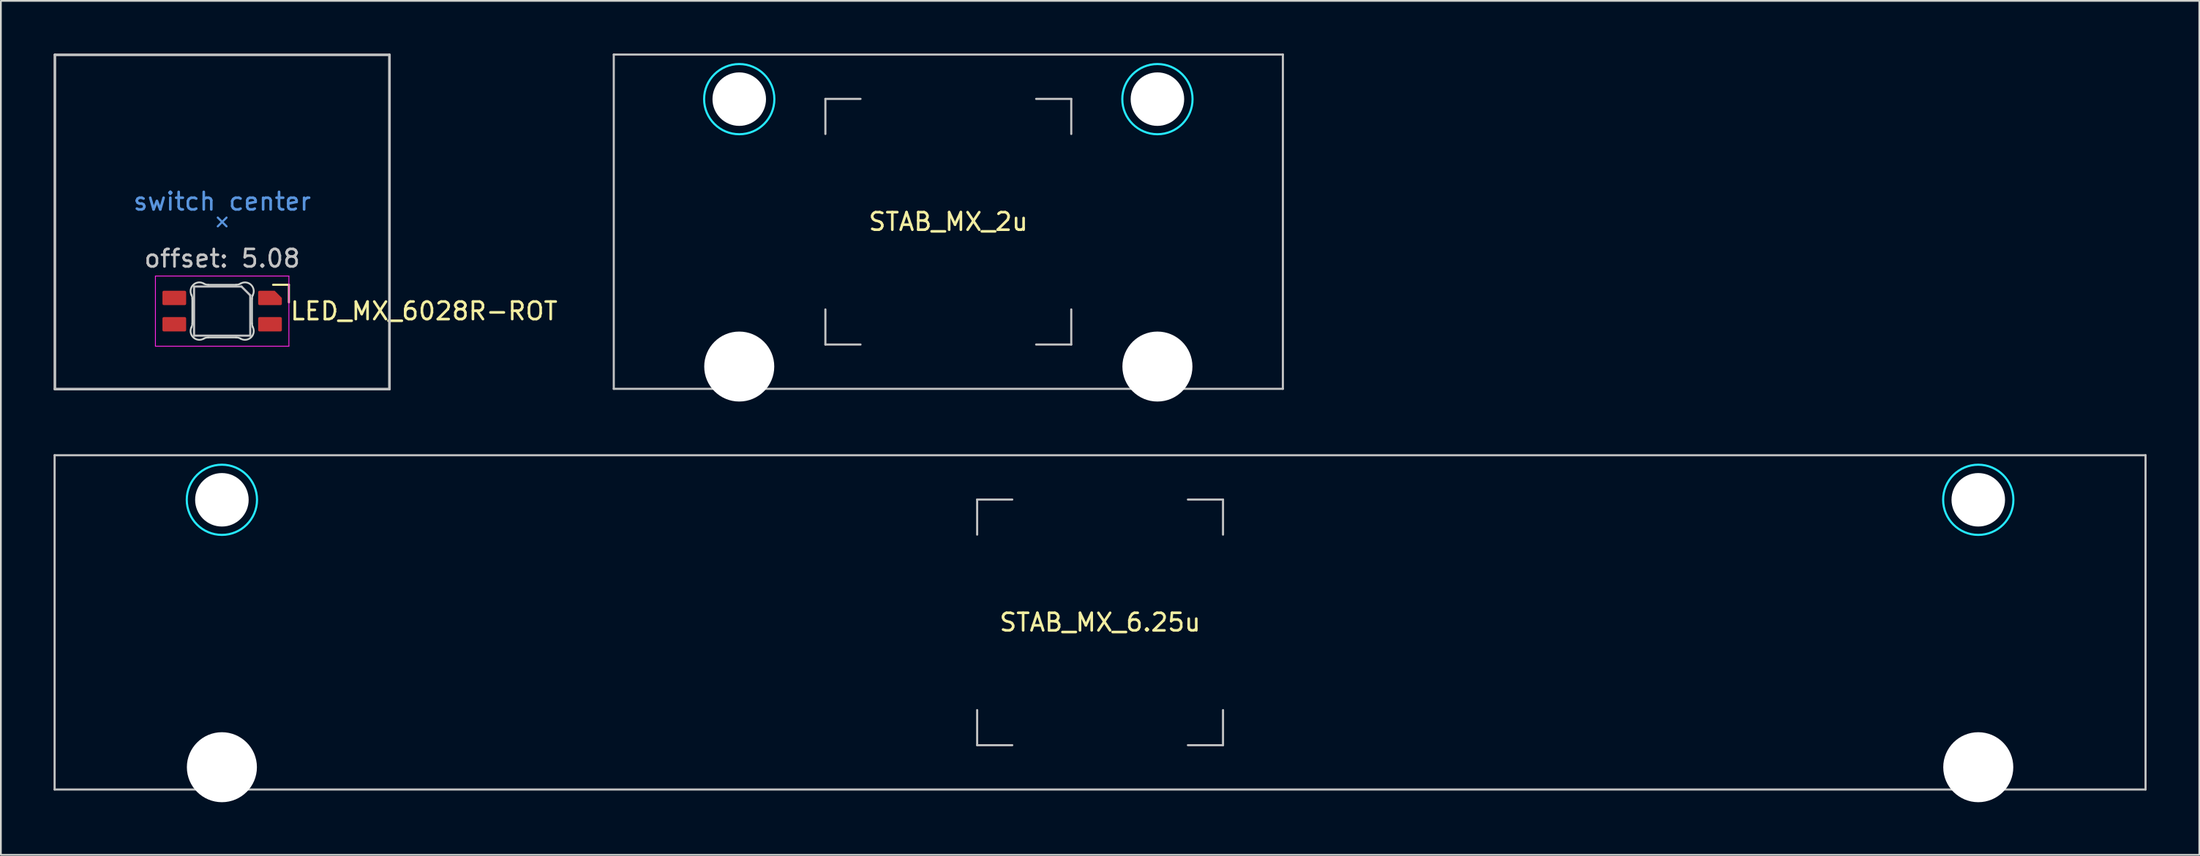
<source format=kicad_pcb>
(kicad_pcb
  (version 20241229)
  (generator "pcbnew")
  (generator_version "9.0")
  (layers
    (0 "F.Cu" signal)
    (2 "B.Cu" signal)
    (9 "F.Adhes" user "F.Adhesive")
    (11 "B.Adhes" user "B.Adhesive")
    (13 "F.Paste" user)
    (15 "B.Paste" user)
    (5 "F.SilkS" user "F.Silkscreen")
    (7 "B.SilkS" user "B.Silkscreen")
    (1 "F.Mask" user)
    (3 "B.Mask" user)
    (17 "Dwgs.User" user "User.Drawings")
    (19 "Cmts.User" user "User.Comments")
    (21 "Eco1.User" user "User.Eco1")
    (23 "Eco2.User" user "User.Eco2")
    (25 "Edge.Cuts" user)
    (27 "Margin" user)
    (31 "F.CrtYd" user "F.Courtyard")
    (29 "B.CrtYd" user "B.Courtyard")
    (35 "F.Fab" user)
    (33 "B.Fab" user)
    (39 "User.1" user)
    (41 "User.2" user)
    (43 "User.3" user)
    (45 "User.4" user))
  (footprint "LED_MX_6028R-ROT"
    (layer "F.Cu")
    (at 9.6 14.68)
    (property "Reference" "LED_MX_6028R-ROT" (at 3.8 0 0) (layer "F.SilkS") (effects (font (size 1 1) (thickness 0.15)) (justify left)))
    (attr smd)
    (fp_line (start 3.8 -1.5) (end 2.9 -1.5) (stroke (width 0.12) (type solid)) (layer "F.SilkS"))
    (fp_line (start 3.8 -0.5) (end 3.8 -1.5) (stroke (width 0.12) (type solid)) (layer "F.SilkS"))
    (fp_line (start -9.525 -14.605) (end -9.525 4.445) (stroke (width 0.15) (type solid)) (layer "Dwgs.User"))
    (fp_line (start -9.525 4.445) (end 9.525 4.445) (stroke (width 0.15) (type solid)) (layer "Dwgs.User"))
    (fp_line (start -1.6 -1.4) (end 1.1 -1.4) (stroke (width 0.12) (type solid)) (layer "Dwgs.User"))
    (fp_line (start -1.6 1.4) (end -1.6 -1.4) (stroke (width 0.12) (type solid)) (layer "Dwgs.User"))
    (fp_line (start 1.6 -0.9) (end 1.1 -1.4) (stroke (width 0.12) (type solid)) (layer "Dwgs.User"))
    (fp_line (start 1.6 -0.9) (end 1.6 1.4) (stroke (width 0.12) (type solid)) (layer "Dwgs.User"))
    (fp_line (start 1.6 1.4) (end -1.6 1.4) (stroke (width 0.12) (type solid)) (layer "Dwgs.User"))
    (fp_line (start 9.525 -14.605) (end -9.525 -14.605) (stroke (width 0.15) (type solid)) (layer "Dwgs.User"))
    (fp_line (start 9.525 4.445) (end 9.525 -14.605) (stroke (width 0.15) (type solid)) (layer "Dwgs.User"))
    (fp_line (start -0.25 -4.83) (end 0 -5.08) (stroke (width 0.12) (type solid)) (layer "Cmts.User"))
    (fp_line (start 0 -5.08) (end -0.25 -5.33) (stroke (width 0.12) (type solid)) (layer "Cmts.User"))
    (fp_line (start 0 -5.08) (end 0.25 -5.33) (stroke (width 0.12) (type solid)) (layer "Cmts.User"))
    (fp_line (start 0.25 -4.83) (end 0 -5.08) (stroke (width 0.12) (type solid)) (layer "Cmts.User"))
    (fp_line (start -1.7 -0.703) (end -1.7 0.703) (stroke (width 0.1) (type solid)) (layer "Edge.Cuts"))
    (fp_line (start -0.794 1.5) (end 0.794 1.5) (stroke (width 0.1) (type solid)) (layer "Edge.Cuts"))
    (fp_line (start 0.794 -1.5) (end -0.794 -1.5) (stroke (width 0.1) (type solid)) (layer "Edge.Cuts"))
    (fp_line (start 1.7 0.703) (end 1.7 -0.703) (stroke (width 0.1) (type solid)) (layer "Edge.Cuts"))
    (fp_arc (start -1.749484 -0.919719) (mid -1.712527 -0.814067) (end -1.699999 -0.702842) (stroke (width 0.1) (type solid)) (layer "Edge.Cuts"))
    (fp_arc (start -1.749484 -0.919719) (mid -1.63807 -1.504033) (end -1.046711 -1.568296) (stroke (width 0.1) (type solid)) (layer "Edge.Cuts"))
    (fp_arc (start -1.699999 0.702843) (mid -1.712527 0.814069) (end -1.749484 0.919721) (stroke (width 0.1) (type solid)) (layer "Edge.Cuts"))
    (fp_arc (start -1.046711 1.5683) (mid -1.638071 1.504036) (end -1.749484 0.919721) (stroke (width 0.1) (type solid)) (layer "Edge.Cuts"))
    (fp_arc (start -1.046711 1.5683) (mid -0.925123 1.517378) (end -0.794453 1.500001) (stroke (width 0.1) (type solid)) (layer "Edge.Cuts"))
    (fp_arc (start -0.794452 -1.499999) (mid -0.925122 -1.517376) (end -1.04671 -1.568298) (stroke (width 0.1) (type solid)) (layer "Edge.Cuts"))
    (fp_arc (start 0.794453 1.5) (mid 0.925123 1.517377) (end 1.046711 1.568299) (stroke (width 0.1) (type solid)) (layer "Edge.Cuts"))
    (fp_arc (start 1.046711 -1.568298) (mid 0.925123 -1.517376) (end 0.794452 -1.499999) (stroke (width 0.1) (type solid)) (layer "Edge.Cuts"))
    (fp_arc (start 1.046711 -1.568298) (mid 1.638072 -1.504034) (end 1.749484 -0.919718) (stroke (width 0.1) (type solid)) (layer "Edge.Cuts"))
    (fp_arc (start 1.699999 -0.702841) (mid 1.712527 -0.814067) (end 1.749484 -0.919719) (stroke (width 0.1) (type solid)) (layer "Edge.Cuts"))
    (fp_arc (start 1.749484 0.919721) (mid 1.63807 1.504035) (end 1.046711 1.568299) (stroke (width 0.1) (type solid)) (layer "Edge.Cuts"))
    (fp_arc (start 1.749484 0.919721) (mid 1.712527 0.814069) (end 1.699999 0.702844) (stroke (width 0.1) (type solid)) (layer "Edge.Cuts"))
    (fp_line (start -3.8 -2) (end 3.8 -2) (stroke (width 0.05) (type solid)) (layer "F.CrtYd"))
    (fp_line (start -3.8 2) (end -3.8 -2) (stroke (width 0.05) (type solid)) (layer "F.CrtYd"))
    (fp_line (start 3.8 -2) (end 3.8 2) (stroke (width 0.05) (type solid)) (layer "F.CrtYd"))
    (fp_line (start 3.8 2) (end -3.8 2) (stroke (width 0.05) (type solid)) (layer "F.CrtYd"))
    (fp_text user "offset: 5.08" (at 0 -3 0) (layer "Dwgs.User") (effects (font (size 1 1) (thickness 0.15))))
    (fp_text user "switch center" (at 0 -6.25 0) (layer "Cmts.User") (effects (font (size 1 1) (thickness 0.15))))
    (pad "1" smd roundrect (at -2.725 0.75 270) (size 0.82 1.35) (layers "F.Cu" "F.Mask" "F.Paste") (roundrect_rratio 0.1))
    (pad "2" smd roundrect (at -2.725 -0.75 270) (size 0.82 1.35) (layers "F.Cu" "F.Mask" "F.Paste") (roundrect_rratio 0.1))
    (pad "3" smd roundrect (at 2.725 0.75 270) (size 0.82 1.35) (layers "F.Cu" "F.Mask" "F.Paste") (roundrect_rratio 0.1))
    (pad "4" smd roundrect (at 2.725 -0.75 270) (size 0.82 1.35) (layers "F.Cu" "F.Mask" "F.Paste") (roundrect_rratio 0.1) (chamfer_ratio 0.5) (chamfer top_left)))
  (footprint "STAB_MX_2u"
    (layer "F.Cu")
    (at 50.95 9.585)
    (property "Reference" "STAB_MX_2u" (at 0 0 0) (layer "F.SilkS") (effects (font (size 1 1) (thickness 0.15))))
    (attr through_hole exclude_from_pos_files exclude_from_bom)
    (fp_line (start -19.05 -9.525) (end -19.05 9.525) (stroke (width 0.12) (type solid)) (layer "Dwgs.User"))
    (fp_line (start -19.05 -9.525) (end 19.05 -9.525) (stroke (width 0.12) (type solid)) (layer "Dwgs.User"))
    (fp_line (start -19.05 9.525) (end 19.05 9.525) (stroke (width 0.12) (type solid)) (layer "Dwgs.User"))
    (fp_line (start -7 -7) (end -5 -7) (stroke (width 0.12) (type solid)) (layer "Dwgs.User"))
    (fp_line (start -7 -5) (end -7 -7) (stroke (width 0.12) (type solid)) (layer "Dwgs.User"))
    (fp_line (start -7 7) (end -7 5) (stroke (width 0.12) (type solid)) (layer "Dwgs.User"))
    (fp_line (start -5 7) (end -7 7) (stroke (width 0.12) (type solid)) (layer "Dwgs.User"))
    (fp_line (start 5 -7) (end 7 -7) (stroke (width 0.12) (type solid)) (layer "Dwgs.User"))
    (fp_line (start 5 7) (end 7 7) (stroke (width 0.12) (type solid)) (layer "Dwgs.User"))
    (fp_line (start 7 -7) (end 7 -5) (stroke (width 0.12) (type solid)) (layer "Dwgs.User"))
    (fp_line (start 7 7) (end 7 5) (stroke (width 0.12) (type solid)) (layer "Dwgs.User"))
    (fp_line (start 19.05 -9.525) (end 19.05 9.525) (stroke (width 0.12) (type solid)) (layer "Dwgs.User"))
    (fp_line (start -15.281 -5.5) (end -15.281 7.5) (stroke (width 0.05) (type solid)) (layer "Eco2.User"))
    (fp_line (start -14.781 -6) (end -9.031 -6) (stroke (width 0.05) (type solid)) (layer "Eco2.User"))
    (fp_line (start -14.781 8) (end -9.031 8) (stroke (width 0.05) (type solid)) (layer "Eco2.User"))
    (fp_line (start -8.531 -5.5) (end -8.531 7.5) (stroke (width 0.05) (type solid)) (layer "Eco2.User"))
    (fp_line (start 8.531 -5.5) (end 8.531 7.5) (stroke (width 0.05) (type solid)) (layer "Eco2.User"))
    (fp_line (start 9.031 -6) (end 14.78 -6) (stroke (width 0.05) (type solid)) (layer "Eco2.User"))
    (fp_line (start 9.031 8) (end 14.781 8) (stroke (width 0.05) (type solid)) (layer "Eco2.User"))
    (fp_line (start 15.28 -5.5) (end 15.281 7.5) (stroke (width 0.05) (type solid)) (layer "Eco2.User"))
    (fp_arc (start -15.28125 -5.499999) (mid -15.134803 -5.853552) (end -14.78125 -5.999999) (stroke (width 0.05) (type solid)) (layer "Eco2.User"))
    (fp_arc (start -14.78125 8.000001) (mid -15.134803 7.853554) (end -15.28125 7.500001) (stroke (width 0.05) (type solid)) (layer "Eco2.User"))
    (fp_arc (start -9.03125 -5.999999) (mid -8.677697 -5.853552) (end -8.53125 -5.499999) (stroke (width 0.05) (type solid)) (layer "Eco2.User"))
    (fp_arc (start -8.53125 7.500001) (mid -8.677697 7.853554) (end -9.03125 8.000001) (stroke (width 0.05) (type solid)) (layer "Eco2.User"))
    (fp_arc (start 8.53125 -5.499999) (mid 8.677697 -5.853552) (end 9.03125 -5.999999) (stroke (width 0.05) (type solid)) (layer "Eco2.User"))
    (fp_arc (start 9.03125 8.000001) (mid 8.677697 7.853554) (end 8.53125 7.500001) (stroke (width 0.05) (type solid)) (layer "Eco2.User"))
    (fp_arc (start 14.780039 -5.999999) (mid 15.133592 -5.853552) (end 15.280039 -5.499999) (stroke (width 0.05) (type solid)) (layer "Eco2.User"))
    (fp_arc (start 15.28125 7.500001) (mid 15.134803 7.853554) (end 14.78125 8.000001) (stroke (width 0.05) (type solid)) (layer "Eco2.User"))
    (fp_circle (center -11.906 -6.985) (end -9.906 -6.985) (stroke (width 0.12) (type solid)) (fill no) (layer "B.CrtYd"))
    (fp_circle (center 11.906 -6.985) (end 13.906 -6.985) (stroke (width 0.12) (type solid)) (fill no) (layer "B.CrtYd"))
    (pad "" np_thru_hole circle (at -11.906 -6.985) (size 3.048 3.048) (drill 3.048) (layers "*.Cu" "*.Mask"))
    (pad "" np_thru_hole circle (at -11.906 8.255) (size 3.988 3.988) (drill 3.988) (layers "*.Cu" "*.Mask"))
    (pad "" np_thru_hole circle (at 11.906 -6.985) (size 3.048 3.048) (drill 3.048) (layers "*.Cu" "*.Mask"))
    (pad "" np_thru_hole circle (at 11.906 8.255) (size 3.988 3.988) (drill 3.988) (layers "*.Cu" "*.Mask")))
  (footprint "STAB_MX_6.25u"
    (layer "F.Cu")
    (at 59.591 32.419)
    (property "Reference" "STAB_MX_6.25u" (at 0 0 0) (layer "F.SilkS") (effects (font (size 1 1) (thickness 0.15))))
    (attr through_hole exclude_from_pos_files exclude_from_bom)
    (fp_line (start -59.531 -9.525) (end -59.531 9.525) (stroke (width 0.12) (type solid)) (layer "Dwgs.User"))
    (fp_line (start -59.531 -9.525) (end 59.531 -9.525) (stroke (width 0.12) (type solid)) (layer "Dwgs.User"))
    (fp_line (start -59.531 9.525) (end 59.531 9.525) (stroke (width 0.12) (type solid)) (layer "Dwgs.User"))
    (fp_line (start -7 -7) (end -5 -7) (stroke (width 0.12) (type solid)) (layer "Dwgs.User"))
    (fp_line (start -7 -5) (end -7 -7) (stroke (width 0.12) (type solid)) (layer "Dwgs.User"))
    (fp_line (start -7 7) (end -7 5) (stroke (width 0.12) (type solid)) (layer "Dwgs.User"))
    (fp_line (start -5 7) (end -7 7) (stroke (width 0.12) (type solid)) (layer "Dwgs.User"))
    (fp_line (start 5 -7) (end 7 -7) (stroke (width 0.12) (type solid)) (layer "Dwgs.User"))
    (fp_line (start 5 7) (end 7 7) (stroke (width 0.12) (type solid)) (layer "Dwgs.User"))
    (fp_line (start 7 -7) (end 7 -5) (stroke (width 0.12) (type solid)) (layer "Dwgs.User"))
    (fp_line (start 7 7) (end 7 5) (stroke (width 0.12) (type solid)) (layer "Dwgs.User"))
    (fp_line (start 59.531 -9.525) (end 59.531 9.525) (stroke (width 0.12) (type solid)) (layer "Dwgs.User"))
    (fp_line (start -53.381 -5.5) (end -53.381 7.5) (stroke (width 0.05) (type solid)) (layer "Eco2.User"))
    (fp_line (start -52.881 -6) (end -47.131 -6) (stroke (width 0.05) (type solid)) (layer "Eco2.User"))
    (fp_line (start -52.881 8) (end -47.131 8) (stroke (width 0.05) (type solid)) (layer "Eco2.User"))
    (fp_line (start -46.631 -5.5) (end -46.631 7.5) (stroke (width 0.05) (type solid)) (layer "Eco2.User"))
    (fp_line (start 46.631 -5.5) (end 46.631 7.5) (stroke (width 0.05) (type solid)) (layer "Eco2.User"))
    (fp_line (start 47.131 -6) (end 52.88 -6) (stroke (width 0.05) (type solid)) (layer "Eco2.User"))
    (fp_line (start 47.131 8) (end 52.881 8) (stroke (width 0.05) (type solid)) (layer "Eco2.User"))
    (fp_line (start 53.38 -5.5) (end 53.381 7.5) (stroke (width 0.05) (type solid)) (layer "Eco2.User"))
    (fp_arc (start -53.38125 -5.499999) (mid -53.234803 -5.853552) (end -52.88125 -5.999999) (stroke (width 0.05) (type solid)) (layer "Eco2.User"))
    (fp_arc (start -52.88125 8.000001) (mid -53.234803 7.853554) (end -53.38125 7.500001) (stroke (width 0.05) (type solid)) (layer "Eco2.User"))
    (fp_arc (start -47.13125 -5.999999) (mid -46.777697 -5.853552) (end -46.63125 -5.499999) (stroke (width 0.05) (type solid)) (layer "Eco2.User"))
    (fp_arc (start -46.63125 7.500001) (mid -46.777697 7.853554) (end -47.13125 8.000001) (stroke (width 0.05) (type solid)) (layer "Eco2.User"))
    (fp_arc (start 46.63125 -5.499999) (mid 46.777697 -5.853552) (end 47.13125 -5.999999) (stroke (width 0.05) (type solid)) (layer "Eco2.User"))
    (fp_arc (start 47.13125 8.000001) (mid 46.777697 7.853554) (end 46.63125 7.500001) (stroke (width 0.05) (type solid)) (layer "Eco2.User"))
    (fp_arc (start 52.880039 -5.999999) (mid 53.233592 -5.853552) (end 53.380039 -5.499999) (stroke (width 0.05) (type solid)) (layer "Eco2.User"))
    (fp_arc (start 53.38125 7.500001) (mid 53.234803 7.853554) (end 52.88125 8.000001) (stroke (width 0.05) (type solid)) (layer "Eco2.User"))
    (fp_circle (center -50.006 -6.985) (end -48.006 -6.985) (stroke (width 0.12) (type solid)) (fill no) (layer "B.CrtYd"))
    (fp_circle (center 50.006 -6.985) (end 52.006 -6.985) (stroke (width 0.12) (type solid)) (fill no) (layer "B.CrtYd"))
    (pad "" np_thru_hole circle (at -50.006 -6.985) (size 3.048 3.048) (drill 3.048) (layers "*.Cu" "*.Mask"))
    (pad "" np_thru_hole circle (at -50.006 8.255) (size 3.988 3.988) (drill 3.988) (layers "*.Cu" "*.Mask"))
    (pad "" np_thru_hole circle (at 50.006 -6.985) (size 3.048 3.048) (drill 3.048) (layers "*.Cu" "*.Mask"))
    (pad "" np_thru_hole circle (at 50.006 8.255) (size 3.988 3.988) (drill 3.988) (layers "*.Cu" "*.Mask")))
  (gr_rect
    (start -3 -3)
    (end 122.183 45.668)
    (stroke (width 0.1) (type default))
    (fill no)
    (layer "Edge.Cuts")))
</source>
